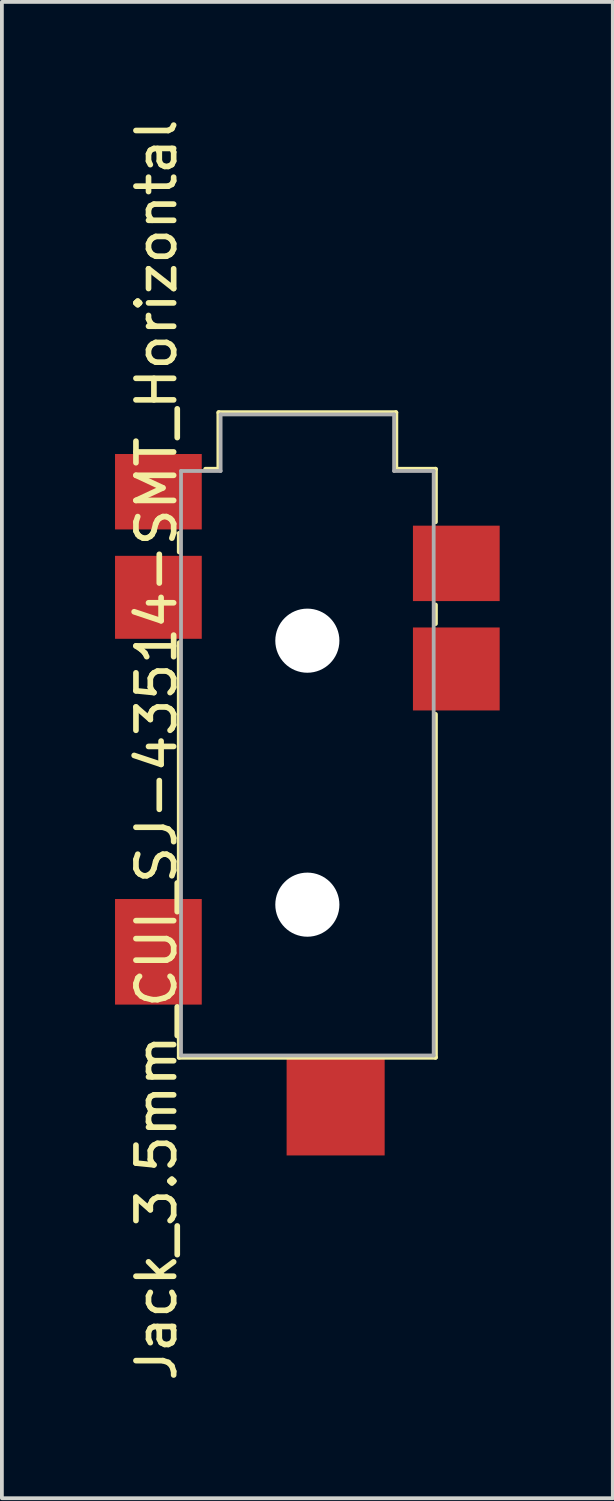
<source format=kicad_pcb>
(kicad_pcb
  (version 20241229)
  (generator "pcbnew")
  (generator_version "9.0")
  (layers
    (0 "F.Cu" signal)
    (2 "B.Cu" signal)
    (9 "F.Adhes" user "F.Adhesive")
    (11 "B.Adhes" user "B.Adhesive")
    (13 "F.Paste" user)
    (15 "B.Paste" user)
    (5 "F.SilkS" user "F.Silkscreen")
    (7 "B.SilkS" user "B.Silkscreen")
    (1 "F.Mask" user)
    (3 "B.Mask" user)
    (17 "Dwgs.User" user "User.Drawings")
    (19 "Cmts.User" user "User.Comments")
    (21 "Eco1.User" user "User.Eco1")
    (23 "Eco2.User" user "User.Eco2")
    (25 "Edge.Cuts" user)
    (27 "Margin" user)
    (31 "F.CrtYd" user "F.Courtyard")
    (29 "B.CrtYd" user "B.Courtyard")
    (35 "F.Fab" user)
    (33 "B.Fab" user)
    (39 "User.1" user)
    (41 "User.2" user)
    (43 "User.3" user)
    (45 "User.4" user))
  (footprint "Jack_3.5mm_CUI_SJ-43514-SMT_Horizontal"
    (layer "F.Cu")
    (at 5.1 13.939)
    (property "Reference" "Jack_3.5mm_CUI_SJ-43514-SMT_Horizontal" (at -4 2.9 90) (layer "F.SilkS") (effects (font (size 1 1) (thickness 0.15))))
    (attr through_hole)
    (fp_line (start -3.4 -2.35) (end -3.4 -2.85) (stroke (width 0.12) (type solid)) (layer "F.SilkS"))
    (fp_line (start -3.4 6.75) (end -3.4 0.05) (stroke (width 0.12) (type solid)) (layer "F.SilkS"))
    (fp_line (start -3.4 11.05) (end -3.4 9.75) (stroke (width 0.12) (type solid)) (layer "F.SilkS"))
    (fp_line (start -2.7 -4.55) (end -2.35 -4.55) (stroke (width 0.12) (type solid)) (layer "F.SilkS"))
    (fp_line (start -2.35 -6.05) (end 2.35 -6.05) (stroke (width 0.12) (type solid)) (layer "F.SilkS"))
    (fp_line (start -2.35 -4.55) (end -2.35 -6.05) (stroke (width 0.12) (type solid)) (layer "F.SilkS"))
    (fp_line (start 2.35 -6.05) (end 2.35 -4.55) (stroke (width 0.12) (type solid)) (layer "F.SilkS"))
    (fp_line (start 2.35 -4.55) (end 3.4 -4.55) (stroke (width 0.12) (type solid)) (layer "F.SilkS"))
    (fp_line (start 3.4 -4.55) (end 3.4 -3.15) (stroke (width 0.12) (type solid)) (layer "F.SilkS"))
    (fp_line (start 3.4 -0.95) (end 3.4 -0.45) (stroke (width 0.12) (type solid)) (layer "F.SilkS"))
    (fp_line (start 3.4 1.95) (end 3.4 11.05) (stroke (width 0.12) (type solid)) (layer "F.SilkS"))
    (fp_line (start 3.4 11.05) (end -3.4 11.05) (stroke (width 0.12) (type solid)) (layer "F.SilkS"))
    (fp_line (start -3.35 -4.5) (end -2.3 -4.5) (stroke (width 0.1) (type solid)) (layer "F.Fab"))
    (fp_line (start -3.35 11) (end -3.35 -4.5) (stroke (width 0.1) (type solid)) (layer "F.Fab"))
    (fp_line (start -3.35 11) (end 3.35 11) (stroke (width 0.1) (type solid)) (layer "F.Fab"))
    (fp_line (start -2.3 -6) (end -2.3 -4.5) (stroke (width 0.1) (type solid)) (layer "F.Fab"))
    (fp_line (start -2.3 -6) (end 2.3 -6) (stroke (width 0.1) (type solid)) (layer "F.Fab"))
    (fp_line (start 2.3 -6) (end 2.3 -4.5) (stroke (width 0.1) (type solid)) (layer "F.Fab"))
    (fp_line (start 2.3 -4.5) (end 3.35 -4.5) (stroke (width 0.1) (type solid)) (layer "F.Fab"))
    (fp_line (start 3.35 11) (end 3.35 -4.5) (stroke (width 0.1) (type solid)) (layer "F.Fab"))
    (pad "" np_thru_hole circle (at 0 0) (size 1.7 1.7) (drill 1.7) (layers "*.Cu" "*.Mask"))
    (pad "" np_thru_hole circle (at 0 7) (size 1.7 1.7) (drill 1.7) (layers "*.Cu" "*.Mask"))
    (pad "" smd rect (at 0.75 12.35 90) (size 2.6 2.6) (layers "F.Cu" "F.Mask" "F.Paste"))
    (pad "" smd rect (at 3.95 -2.05 270) (size 2 2.3) (layers "F.Cu" "F.Mask" "F.Paste"))
    (pad "R1" smd rect (at 3.95 0.75 270) (size 2.2 2.3) (layers "F.Cu" "F.Mask" "F.Paste"))
    (pad "R2" smd rect (at -3.95 -1.15 90) (size 2.2 2.3) (layers "F.Cu" "F.Mask" "F.Paste"))
    (pad "S" smd rect (at -3.95 -3.95 90) (size 2 2.3) (layers "F.Cu" "F.Mask" "F.Paste"))
    (pad "T" smd rect (at -3.95 8.25 90) (size 2.8 2.3) (layers "F.Cu" "F.Mask" "F.Paste")))
  (gr_rect
    (start -3 -3)
    (end 13.2 36.679)
    (stroke (width 0.1) (type default))
    (fill no)
    (layer "Edge.Cuts")))
</source>
